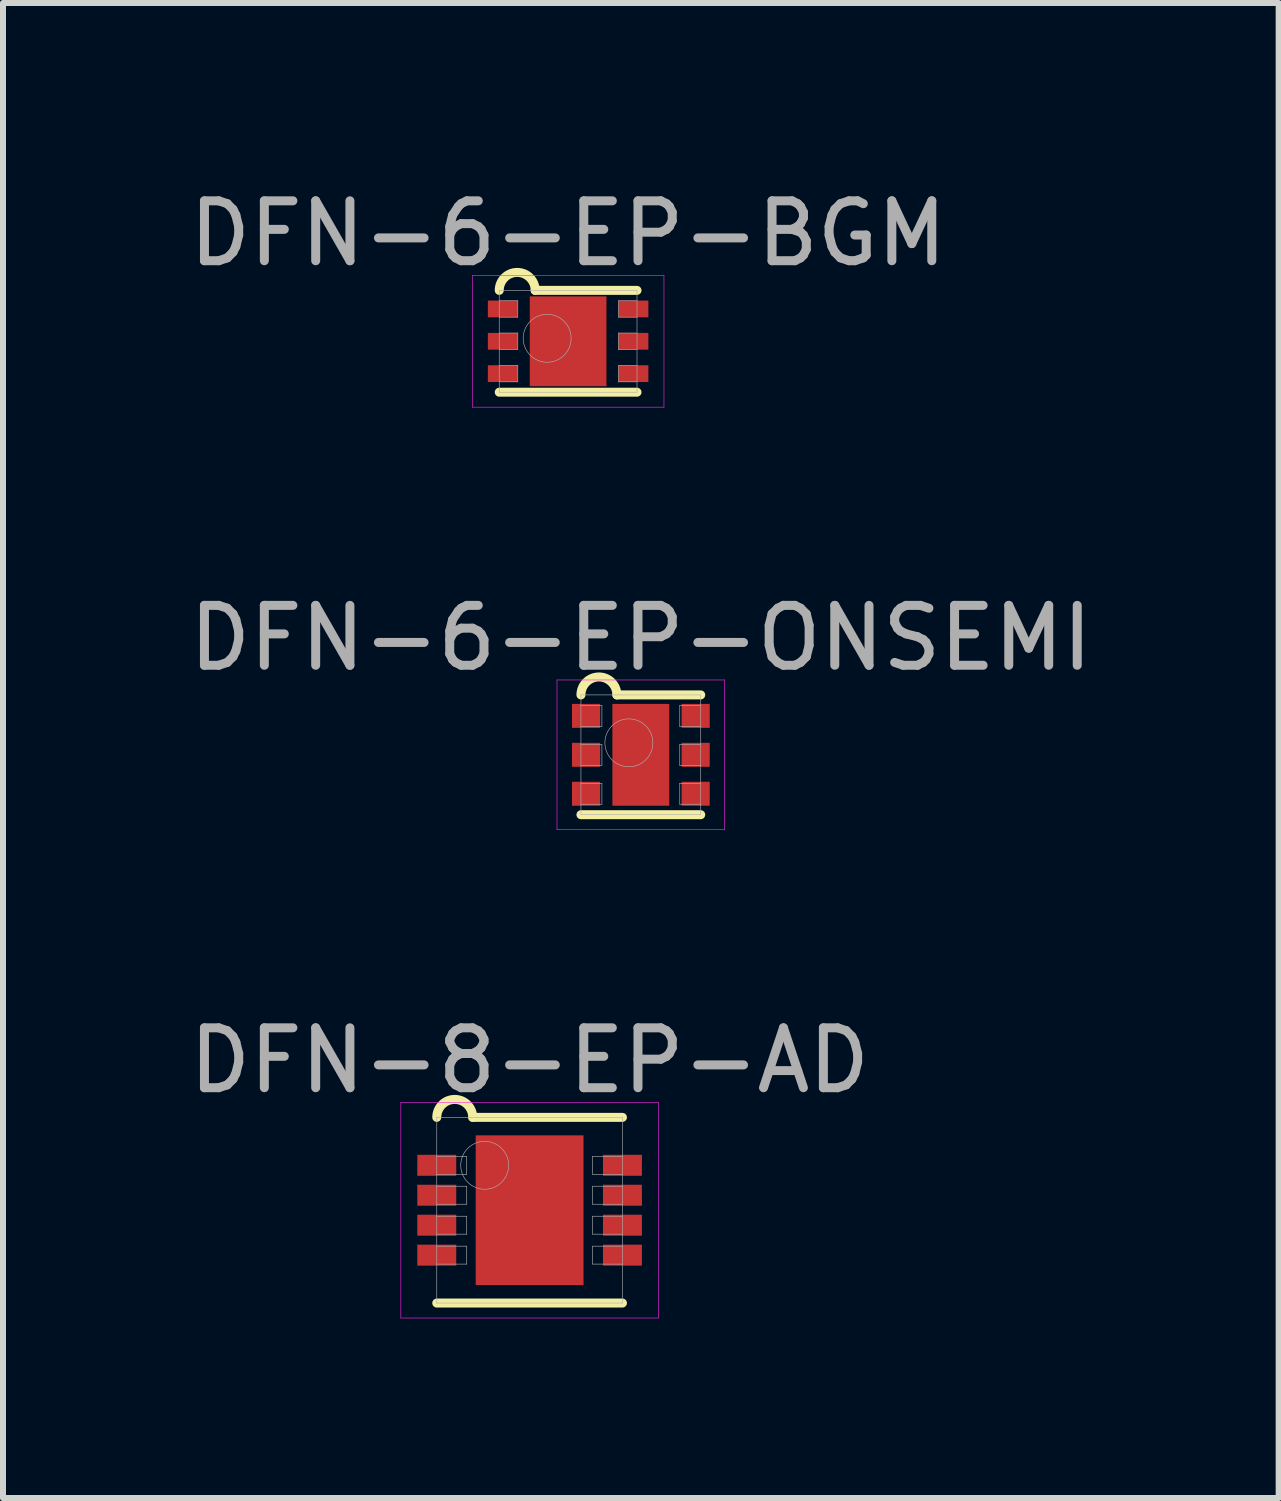
<source format=kicad_pcb>
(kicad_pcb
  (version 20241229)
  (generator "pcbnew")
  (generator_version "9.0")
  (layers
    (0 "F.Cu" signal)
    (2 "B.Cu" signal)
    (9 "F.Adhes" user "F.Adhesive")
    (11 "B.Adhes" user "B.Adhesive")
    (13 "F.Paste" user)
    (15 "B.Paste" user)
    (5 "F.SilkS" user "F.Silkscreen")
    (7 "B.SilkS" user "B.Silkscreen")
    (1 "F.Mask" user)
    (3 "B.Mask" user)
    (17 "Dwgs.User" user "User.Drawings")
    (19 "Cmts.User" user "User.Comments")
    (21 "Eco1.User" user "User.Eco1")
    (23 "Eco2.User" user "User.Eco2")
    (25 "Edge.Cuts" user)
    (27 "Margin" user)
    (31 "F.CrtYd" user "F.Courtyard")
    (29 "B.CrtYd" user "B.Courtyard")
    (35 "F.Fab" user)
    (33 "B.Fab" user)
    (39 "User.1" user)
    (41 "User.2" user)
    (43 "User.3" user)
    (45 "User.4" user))
  (footprint "DFN-6-EP-BGM"
    (layer "F.Cu")
    (at 6.435 2.648)
    (property "Reference" "DFN-6-EP-BGM" (at 0 -1.8 0) (layer "F.Fab") (effects (font (size 1 1) (thickness 0.15))))
    (attr through_hole)
    (fp_line (start -1.15 0.85) (end 1.15 0.85) (stroke (width 0.15) (type solid)) (layer "F.SilkS"))
    (fp_line (start -0.55 -0.85) (end 1.15 -0.85) (stroke (width 0.15) (type solid)) (layer "F.SilkS"))
    (fp_arc (start -1.15 -0.85) (mid -0.85 -1.15) (end -0.55 -0.85) (stroke (width 0.15) (type solid)) (layer "F.SilkS"))
    (fp_line (start -1.6 -1.1) (end 1.6 -1.1) (stroke (width 0.01) (type solid)) (layer "F.CrtYd"))
    (fp_line (start -1.6 1.1) (end -1.6 -1.1) (stroke (width 0.01) (type solid)) (layer "F.CrtYd"))
    (fp_line (start 1.6 -1.1) (end 1.6 1.1) (stroke (width 0.01) (type solid)) (layer "F.CrtYd"))
    (fp_line (start 1.6 1.1) (end -1.6 1.1) (stroke (width 0.01) (type solid)) (layer "F.CrtYd"))
    (fp_line (start -1.15 -0.85) (end 1.15 -0.85) (stroke (width 0.01) (type solid)) (layer "F.Fab"))
    (fp_line (start -1.15 -0.403) (end -0.84 -0.403) (stroke (width 0.01) (type solid)) (layer "F.Fab"))
    (fp_line (start -1.15 0.138) (end -0.84 0.138) (stroke (width 0.01) (type solid)) (layer "F.Fab"))
    (fp_line (start -1.15 0.677) (end -0.84 0.677) (stroke (width 0.01) (type solid)) (layer "F.Fab"))
    (fp_line (start -1.15 0.85) (end -1.15 -0.85) (stroke (width 0.01) (type solid)) (layer "F.Fab"))
    (fp_line (start -0.84 -0.677) (end -1.15 -0.677) (stroke (width 0.01) (type solid)) (layer "F.Fab"))
    (fp_line (start -0.84 -0.403) (end -0.84 -0.677) (stroke (width 0.01) (type solid)) (layer "F.Fab"))
    (fp_line (start -0.84 -0.138) (end -1.15 -0.138) (stroke (width 0.01) (type solid)) (layer "F.Fab"))
    (fp_line (start -0.84 0.138) (end -0.84 -0.138) (stroke (width 0.01) (type solid)) (layer "F.Fab"))
    (fp_line (start -0.84 0.403) (end -1.15 0.403) (stroke (width 0.01) (type solid)) (layer "F.Fab"))
    (fp_line (start -0.84 0.677) (end -0.84 0.403) (stroke (width 0.01) (type solid)) (layer "F.Fab"))
    (fp_line (start 0.84 -0.677) (end 0.84 -0.403) (stroke (width 0.01) (type solid)) (layer "F.Fab"))
    (fp_line (start 0.84 -0.403) (end 1.15 -0.403) (stroke (width 0.01) (type solid)) (layer "F.Fab"))
    (fp_line (start 0.84 -0.138) (end 0.84 0.138) (stroke (width 0.01) (type solid)) (layer "F.Fab"))
    (fp_line (start 0.84 0.138) (end 1.15 0.138) (stroke (width 0.01) (type solid)) (layer "F.Fab"))
    (fp_line (start 0.84 0.403) (end 0.84 0.677) (stroke (width 0.01) (type solid)) (layer "F.Fab"))
    (fp_line (start 0.84 0.677) (end 1.15 0.677) (stroke (width 0.01) (type solid)) (layer "F.Fab"))
    (fp_line (start 1.15 -0.85) (end 1.15 0.85) (stroke (width 0.01) (type solid)) (layer "F.Fab"))
    (fp_line (start 1.15 -0.677) (end 0.84 -0.677) (stroke (width 0.01) (type solid)) (layer "F.Fab"))
    (fp_line (start 1.15 -0.138) (end 0.84 -0.138) (stroke (width 0.01) (type solid)) (layer "F.Fab"))
    (fp_line (start 1.15 0.403) (end 0.84 0.403) (stroke (width 0.01) (type solid)) (layer "F.Fab"))
    (fp_line (start 1.15 0.85) (end -1.15 0.85) (stroke (width 0.01) (type solid)) (layer "F.Fab"))
    (fp_circle (center -0.35 -0.05) (end -0.35 0.35) (stroke (width 0.01) (type solid)) (fill no) (layer "F.Fab"))
    (pad "1" smd rect (at -1.09 -0.54) (size 0.5 0.28) (layers "F.Cu" "F.Mask" "F.Paste"))
    (pad "2" smd rect (at -1.09 0) (size 0.5 0.28) (layers "F.Cu" "F.Mask" "F.Paste"))
    (pad "3" smd rect (at -1.09 0.54) (size 0.5 0.28) (layers "F.Cu" "F.Mask" "F.Paste"))
    (pad "4" smd rect (at 1.09 0.54) (size 0.5 0.28) (layers "F.Cu" "F.Mask" "F.Paste"))
    (pad "5" smd rect (at 1.09 0) (size 0.5 0.28) (layers "F.Cu" "F.Mask" "F.Paste"))
    (pad "6" smd rect (at 1.09 -0.54) (size 0.5 0.28) (layers "F.Cu" "F.Mask" "F.Paste"))
    (pad "EP" smd rect (at -0.35 -0.35) (size 0.5 0.5) (layers "F.Cu" "F.Paste"))
    (pad "EP" smd rect (at -0.35 0.35) (size 0.5 0.5) (layers "F.Cu" "F.Paste"))
    (pad "EP" smd rect (at 0 0) (size 1.28 1.5) (layers "F.Cu" "F.Mask"))
    (pad "EP" smd rect (at 0.35 -0.35) (size 0.5 0.5) (layers "F.Cu" "F.Paste"))
    (pad "EP" smd rect (at 0.35 0.35) (size 0.5 0.5) (layers "F.Cu" "F.Paste")))
  (footprint "DFN-6-EP-ONSEMI"
    (layer "F.Cu")
    (at 7.649 9.552)
    (property "Reference" "DFN-6-EP-ONSEMI" (at 0 -1.95 0) (layer "F.Fab") (effects (font (size 1 1) (thickness 0.15))))
    (attr through_hole)
    (fp_line (start -1 1) (end 1 1) (stroke (width 0.15) (type solid)) (layer "F.SilkS"))
    (fp_line (start -0.4 -1) (end 1 -1) (stroke (width 0.15) (type solid)) (layer "F.SilkS"))
    (fp_arc (start -1 -1) (mid -0.7 -1.3) (end -0.4 -1) (stroke (width 0.15) (type solid)) (layer "F.SilkS"))
    (fp_line (start -1.4 -1.25) (end 1.4 -1.25) (stroke (width 0.01) (type solid)) (layer "F.CrtYd"))
    (fp_line (start -1.4 1.25) (end -1.4 -1.25) (stroke (width 0.01) (type solid)) (layer "F.CrtYd"))
    (fp_line (start 1.4 -1.25) (end 1.4 1.25) (stroke (width 0.01) (type solid)) (layer "F.CrtYd"))
    (fp_line (start 1.4 1.25) (end -1.4 1.25) (stroke (width 0.01) (type solid)) (layer "F.CrtYd"))
    (fp_line (start -1 -1) (end 1 -1) (stroke (width 0.01) (type solid)) (layer "F.Fab"))
    (fp_line (start -1 -0.475) (end -0.65 -0.475) (stroke (width 0.01) (type solid)) (layer "F.Fab"))
    (fp_line (start -1 0.175) (end -0.65 0.175) (stroke (width 0.01) (type solid)) (layer "F.Fab"))
    (fp_line (start -1 0.825) (end -0.65 0.825) (stroke (width 0.01) (type solid)) (layer "F.Fab"))
    (fp_line (start -1 1) (end -1 -1) (stroke (width 0.01) (type solid)) (layer "F.Fab"))
    (fp_line (start -0.65 -0.825) (end -1 -0.825) (stroke (width 0.01) (type solid)) (layer "F.Fab"))
    (fp_line (start -0.65 -0.475) (end -0.65 -0.825) (stroke (width 0.01) (type solid)) (layer "F.Fab"))
    (fp_line (start -0.65 -0.175) (end -1 -0.175) (stroke (width 0.01) (type solid)) (layer "F.Fab"))
    (fp_line (start -0.65 0.175) (end -0.65 -0.175) (stroke (width 0.01) (type solid)) (layer "F.Fab"))
    (fp_line (start -0.65 0.475) (end -1 0.475) (stroke (width 0.01) (type solid)) (layer "F.Fab"))
    (fp_line (start -0.65 0.825) (end -0.65 0.475) (stroke (width 0.01) (type solid)) (layer "F.Fab"))
    (fp_line (start 0.65 -0.825) (end 0.65 -0.475) (stroke (width 0.01) (type solid)) (layer "F.Fab"))
    (fp_line (start 0.65 -0.475) (end 1 -0.475) (stroke (width 0.01) (type solid)) (layer "F.Fab"))
    (fp_line (start 0.65 -0.175) (end 0.65 0.175) (stroke (width 0.01) (type solid)) (layer "F.Fab"))
    (fp_line (start 0.65 0.175) (end 1 0.175) (stroke (width 0.01) (type solid)) (layer "F.Fab"))
    (fp_line (start 0.65 0.475) (end 0.65 0.825) (stroke (width 0.01) (type solid)) (layer "F.Fab"))
    (fp_line (start 0.65 0.825) (end 1 0.825) (stroke (width 0.01) (type solid)) (layer "F.Fab"))
    (fp_line (start 1 -1) (end 1 1) (stroke (width 0.01) (type solid)) (layer "F.Fab"))
    (fp_line (start 1 -0.825) (end 0.65 -0.825) (stroke (width 0.01) (type solid)) (layer "F.Fab"))
    (fp_line (start 1 -0.175) (end 0.65 -0.175) (stroke (width 0.01) (type solid)) (layer "F.Fab"))
    (fp_line (start 1 0.475) (end 0.65 0.475) (stroke (width 0.01) (type solid)) (layer "F.Fab"))
    (fp_line (start 1 1) (end -1 1) (stroke (width 0.01) (type solid)) (layer "F.Fab"))
    (fp_circle (center -0.2 -0.2) (end -0.2 0.2) (stroke (width 0.01) (type solid)) (fill no) (layer "F.Fab"))
    (pad "1" smd rect (at -0.915 -0.65) (size 0.47 0.4) (layers "F.Cu" "F.Mask" "F.Paste"))
    (pad "2" smd rect (at -0.915 0) (size 0.47 0.4) (layers "F.Cu" "F.Mask" "F.Paste"))
    (pad "3" smd rect (at -0.915 0.65) (size 0.47 0.4) (layers "F.Cu" "F.Mask" "F.Paste"))
    (pad "4" smd rect (at 0.915 0.65) (size 0.47 0.4) (layers "F.Cu" "F.Mask" "F.Paste"))
    (pad "5" smd rect (at 0.915 0) (size 0.47 0.4) (layers "F.Cu" "F.Mask" "F.Paste"))
    (pad "6" smd rect (at 0.915 -0.65) (size 0.47 0.4) (layers "F.Cu" "F.Mask" "F.Paste"))
    (pad "EP" smd rect (at 0 -0.35) (size 0.5 0.5) (layers "F.Cu" "F.Paste"))
    (pad "EP" smd rect (at 0 0) (size 0.95 1.7) (layers "F.Cu" "F.Mask"))
    (pad "EP" smd rect (at 0 0.35) (size 0.5 0.5) (layers "F.Cu" "F.Paste")))
  (footprint "DFN-8-EP-AD"
    (layer "F.Cu")
    (at 5.792 17.155)
    (property "Reference" "DFN-8-EP-AD" (at 0 -2.5 0) (layer "F.Fab") (effects (font (size 1 1) (thickness 0.15))))
    (attr through_hole)
    (fp_line (start -1.55 1.55) (end 1.55 1.55) (stroke (width 0.15) (type solid)) (layer "F.SilkS"))
    (fp_line (start -0.95 -1.55) (end 1.55 -1.55) (stroke (width 0.15) (type solid)) (layer "F.SilkS"))
    (fp_arc (start -1.55 -1.55) (mid -1.25 -1.85) (end -0.95 -1.55) (stroke (width 0.15) (type solid)) (layer "F.SilkS"))
    (fp_line (start -2.15 -1.8) (end 2.15 -1.8) (stroke (width 0.01) (type solid)) (layer "F.CrtYd"))
    (fp_line (start -2.15 1.8) (end -2.15 -1.8) (stroke (width 0.01) (type solid)) (layer "F.CrtYd"))
    (fp_line (start 2.15 -1.8) (end 2.15 1.8) (stroke (width 0.01) (type solid)) (layer "F.CrtYd"))
    (fp_line (start 2.15 1.8) (end -2.15 1.8) (stroke (width 0.01) (type solid)) (layer "F.CrtYd"))
    (fp_line (start -1.55 -1.55) (end 1.55 -1.55) (stroke (width 0.01) (type solid)) (layer "F.Fab"))
    (fp_line (start -1.55 -0.6) (end -1.05 -0.6) (stroke (width 0.01) (type solid)) (layer "F.Fab"))
    (fp_line (start -1.55 -0.1) (end -1.05 -0.1) (stroke (width 0.01) (type solid)) (layer "F.Fab"))
    (fp_line (start -1.55 0.4) (end -1.05 0.4) (stroke (width 0.01) (type solid)) (layer "F.Fab"))
    (fp_line (start -1.55 0.9) (end -1.05 0.9) (stroke (width 0.01) (type solid)) (layer "F.Fab"))
    (fp_line (start -1.55 1.55) (end -1.55 -1.55) (stroke (width 0.01) (type solid)) (layer "F.Fab"))
    (fp_line (start -1.05 -0.9) (end -1.55 -0.9) (stroke (width 0.01) (type solid)) (layer "F.Fab"))
    (fp_line (start -1.05 -0.6) (end -1.05 -0.9) (stroke (width 0.01) (type solid)) (layer "F.Fab"))
    (fp_line (start -1.05 -0.4) (end -1.55 -0.4) (stroke (width 0.01) (type solid)) (layer "F.Fab"))
    (fp_line (start -1.05 -0.1) (end -1.05 -0.4) (stroke (width 0.01) (type solid)) (layer "F.Fab"))
    (fp_line (start -1.05 0.1) (end -1.55 0.1) (stroke (width 0.01) (type solid)) (layer "F.Fab"))
    (fp_line (start -1.05 0.4) (end -1.05 0.1) (stroke (width 0.01) (type solid)) (layer "F.Fab"))
    (fp_line (start -1.05 0.6) (end -1.55 0.6) (stroke (width 0.01) (type solid)) (layer "F.Fab"))
    (fp_line (start -1.05 0.9) (end -1.05 0.6) (stroke (width 0.01) (type solid)) (layer "F.Fab"))
    (fp_line (start 1.05 -0.9) (end 1.05 -0.6) (stroke (width 0.01) (type solid)) (layer "F.Fab"))
    (fp_line (start 1.05 -0.6) (end 1.55 -0.6) (stroke (width 0.01) (type solid)) (layer "F.Fab"))
    (fp_line (start 1.05 -0.4) (end 1.05 -0.1) (stroke (width 0.01) (type solid)) (layer "F.Fab"))
    (fp_line (start 1.05 -0.1) (end 1.55 -0.1) (stroke (width 0.01) (type solid)) (layer "F.Fab"))
    (fp_line (start 1.05 0.1) (end 1.05 0.4) (stroke (width 0.01) (type solid)) (layer "F.Fab"))
    (fp_line (start 1.05 0.4) (end 1.55 0.4) (stroke (width 0.01) (type solid)) (layer "F.Fab"))
    (fp_line (start 1.05 0.6) (end 1.05 0.9) (stroke (width 0.01) (type solid)) (layer "F.Fab"))
    (fp_line (start 1.05 0.9) (end 1.55 0.9) (stroke (width 0.01) (type solid)) (layer "F.Fab"))
    (fp_line (start 1.55 -1.55) (end 1.55 1.55) (stroke (width 0.01) (type solid)) (layer "F.Fab"))
    (fp_line (start 1.55 -0.9) (end 1.05 -0.9) (stroke (width 0.01) (type solid)) (layer "F.Fab"))
    (fp_line (start 1.55 -0.4) (end 1.05 -0.4) (stroke (width 0.01) (type solid)) (layer "F.Fab"))
    (fp_line (start 1.55 0.1) (end 1.05 0.1) (stroke (width 0.01) (type solid)) (layer "F.Fab"))
    (fp_line (start 1.55 0.6) (end 1.05 0.6) (stroke (width 0.01) (type solid)) (layer "F.Fab"))
    (fp_line (start 1.55 1.55) (end -1.55 1.55) (stroke (width 0.01) (type solid)) (layer "F.Fab"))
    (fp_circle (center -0.75 -0.75) (end -0.75 -0.35) (stroke (width 0.01) (type solid)) (fill no) (layer "F.Fab"))
    (pad "1" smd rect (at -1.55 -0.75) (size 0.65 0.35) (layers "F.Cu" "F.Mask" "F.Paste"))
    (pad "2" smd rect (at -1.55 -0.25) (size 0.65 0.35) (layers "F.Cu" "F.Mask" "F.Paste"))
    (pad "3" smd rect (at -1.55 0.25) (size 0.65 0.35) (layers "F.Cu" "F.Mask" "F.Paste"))
    (pad "4" smd rect (at -1.55 0.75) (size 0.65 0.35) (layers "F.Cu" "F.Mask" "F.Paste"))
    (pad "5" smd rect (at 1.55 0.75) (size 0.65 0.35) (layers "F.Cu" "F.Mask" "F.Paste"))
    (pad "6" smd rect (at 1.55 0.25) (size 0.65 0.35) (layers "F.Cu" "F.Mask" "F.Paste"))
    (pad "7" smd rect (at 1.55 -0.25) (size 0.65 0.35) (layers "F.Cu" "F.Mask" "F.Paste"))
    (pad "8" smd rect (at 1.55 -0.75) (size 0.65 0.35) (layers "F.Cu" "F.Mask" "F.Paste"))
    (pad "EP" smd rect (at -0.4 -0.6) (size 0.8 0.8) (layers "F.Cu" "F.Mask"))
    (pad "EP" smd rect (at -0.4 -0.6) (size 0.8 0.8) (layers "F.Cu" "F.Paste"))
    (pad "EP" smd rect (at -0.4 0.6) (size 0.8 0.8) (layers "F.Cu" "F.Mask"))
    (pad "EP" smd rect (at -0.4 0.6) (size 0.8 0.8) (layers "F.Cu" "F.Paste"))
    (pad "EP" smd rect (at 0 0) (size 1.8 2.5) (layers "F.Cu"))
    (pad "EP" smd rect (at 0.4 -0.6) (size 0.8 0.8) (layers "F.Cu" "F.Mask"))
    (pad "EP" smd rect (at 0.4 -0.6) (size 0.8 0.8) (layers "F.Cu" "F.Paste"))
    (pad "EP" smd rect (at 0.4 0.6) (size 0.8 0.8) (layers "F.Cu" "F.Mask"))
    (pad "EP" smd rect (at 0.4 0.6) (size 0.8 0.8) (layers "F.Cu" "F.Paste")))
  (gr_rect
    (start -3 -3)
    (end 18.298 21.96)
    (stroke (width 0.1) (type default))
    (fill no)
    (layer "Edge.Cuts")))
</source>
